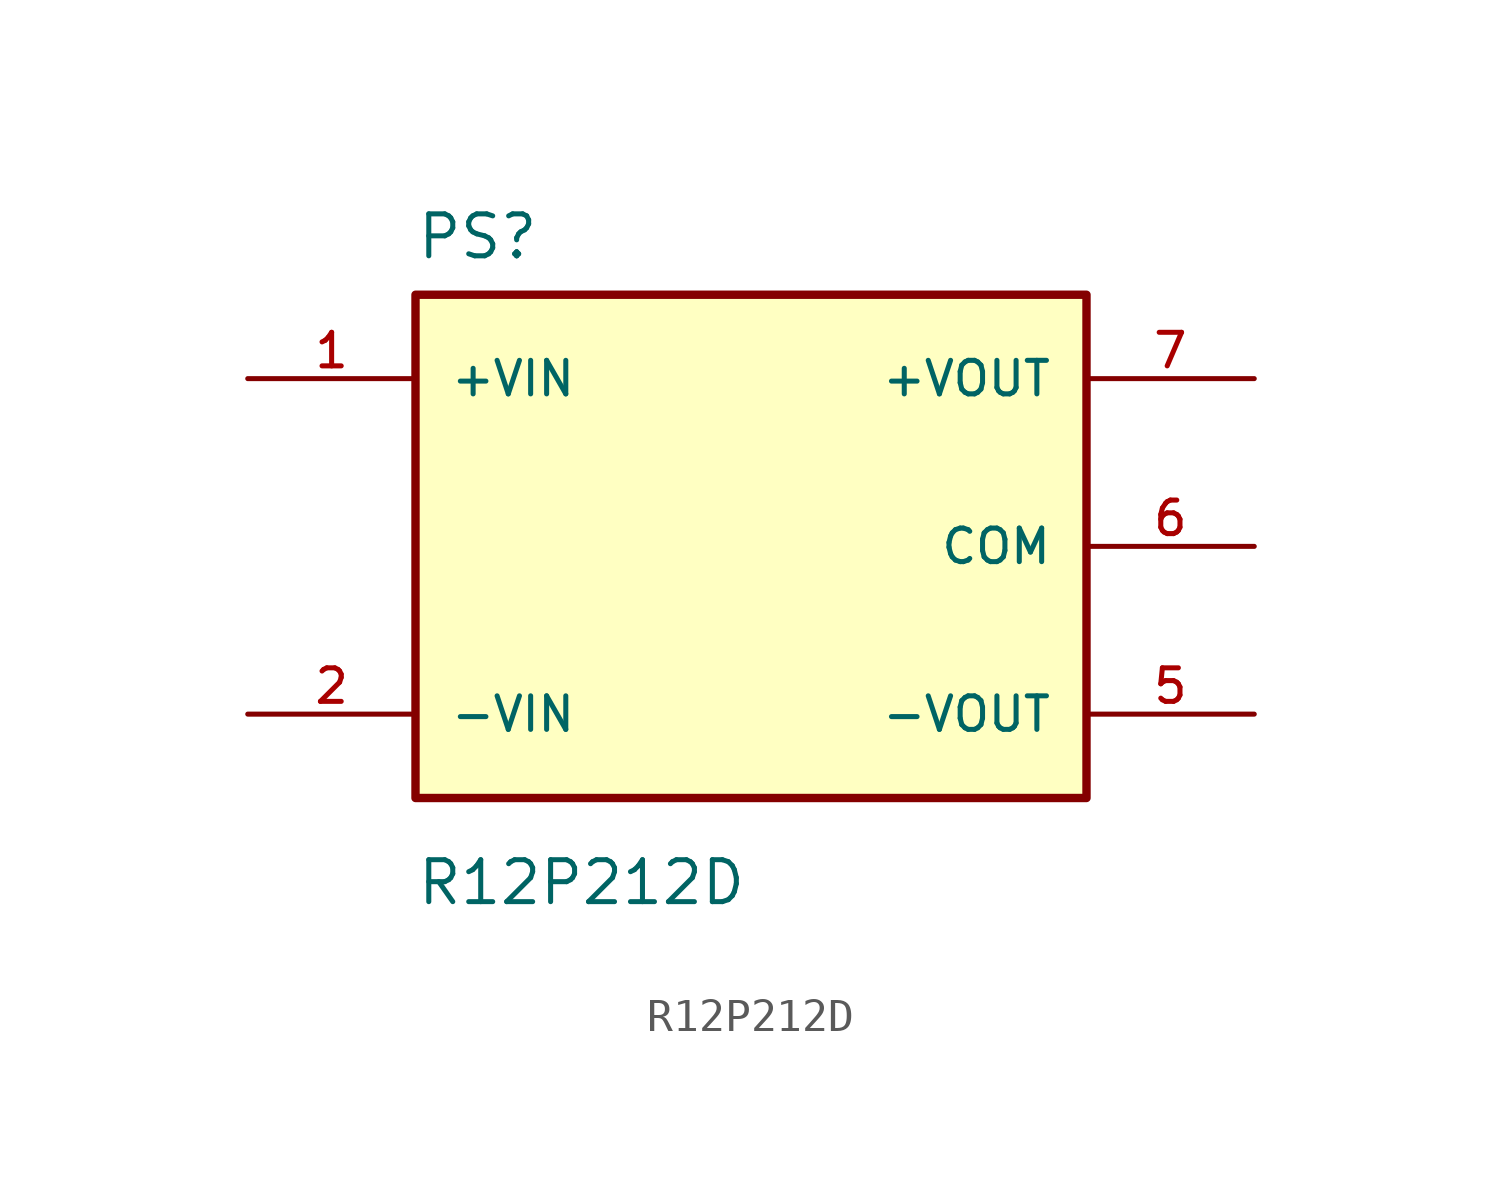
<source format=kicad_sym>
(kicad_symbol_lib
  (version 20211014)
  (generator kicad_symbol_editor)
  (symbol "R12P212D"
    (pin_names
      (offset 1.016))
    (property "Reference" "PS"
      (at -10.16 8.636 0)
      (effects (font (size 1.27 1.27)) (justify bottom left)))
    (property "Value" "R12P212D"
      (at -10.16 -10.922 0)
      (effects (font (size 1.27 1.27)) (justify bottom left)))
    (symbol "R12P212D_0_0"
      (rectangle (start -10.16 -7.62) (end 10.16 7.62) (stroke (width 0.254)) (fill (type background)))
      (pin input line (at -15.24 5.08 0) (length 5.08) (name "+VIN" (effects (font (size 1.016 1.016)))) (number "1" (effects (font (size 1.016 1.016)))))
      (pin output line (at 15.24 5.08 180.0) (length 5.08) (name "+VOUT" (effects (font (size 1.016 1.016)))) (number "7" (effects (font (size 1.016 1.016)))))
      (pin output line (at 15.24 -5.08 180.0) (length 5.08) (name "-VOUT" (effects (font (size 1.016 1.016)))) (number "5" (effects (font (size 1.016 1.016)))))
      (pin input line (at -15.24 -5.08 0) (length 5.08) (name "-VIN" (effects (font (size 1.016 1.016)))) (number "2" (effects (font (size 1.016 1.016)))))
      (pin power_in line (at 15.24 0.0 180.0) (length 5.08) (name "COM" (effects (font (size 1.016 1.016)))) (number "6" (effects (font (size 1.016 1.016))))))))
</source>
